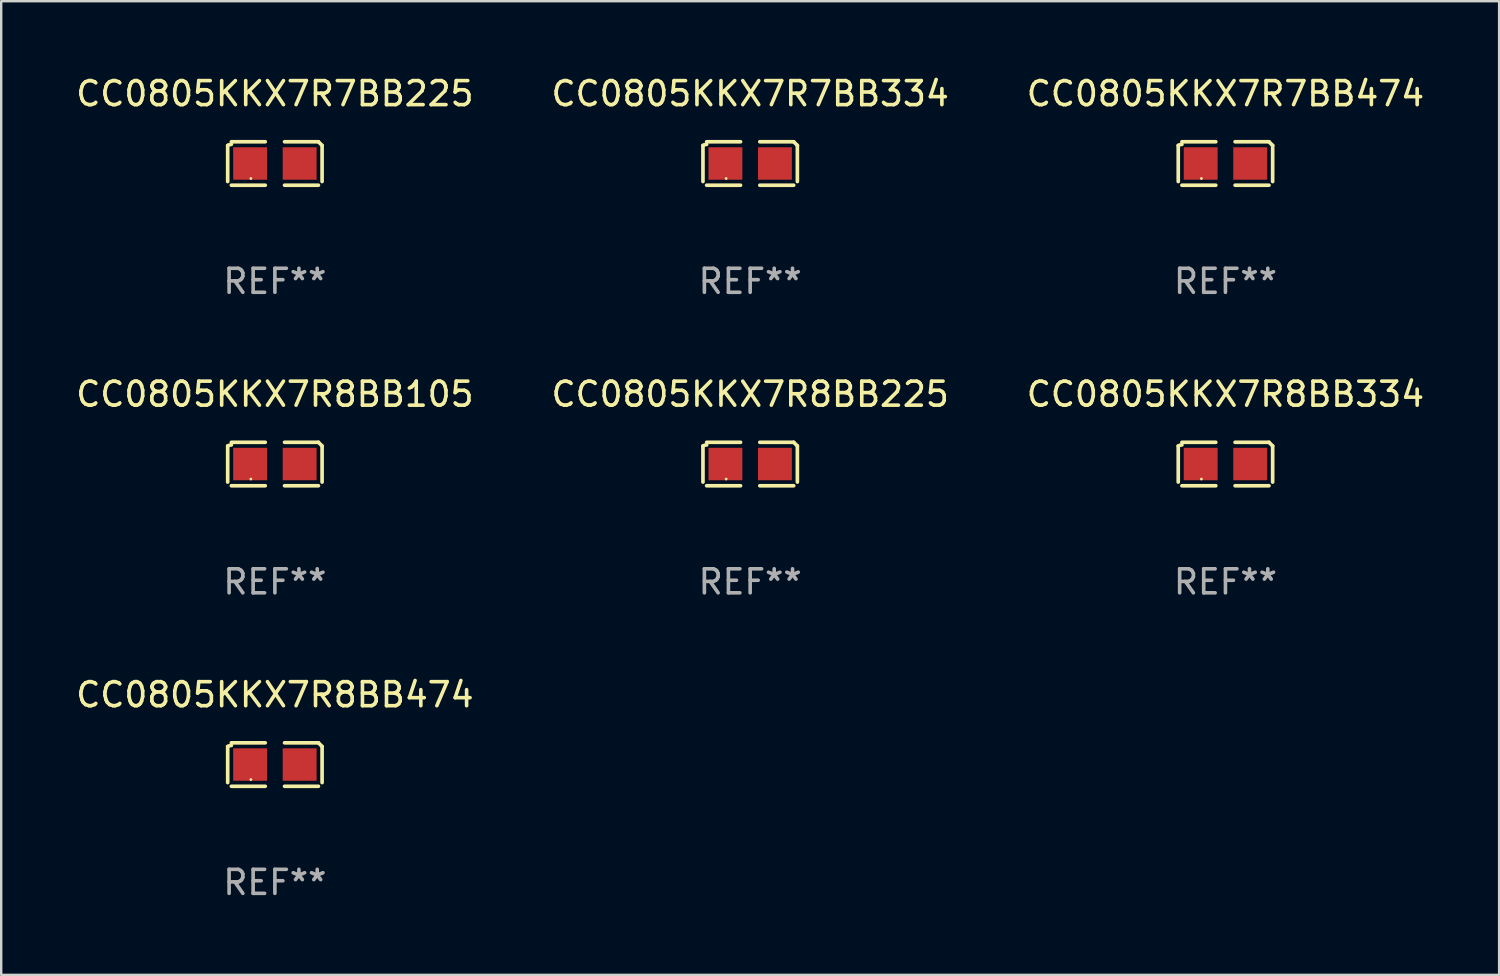
<source format=kicad_pcb>
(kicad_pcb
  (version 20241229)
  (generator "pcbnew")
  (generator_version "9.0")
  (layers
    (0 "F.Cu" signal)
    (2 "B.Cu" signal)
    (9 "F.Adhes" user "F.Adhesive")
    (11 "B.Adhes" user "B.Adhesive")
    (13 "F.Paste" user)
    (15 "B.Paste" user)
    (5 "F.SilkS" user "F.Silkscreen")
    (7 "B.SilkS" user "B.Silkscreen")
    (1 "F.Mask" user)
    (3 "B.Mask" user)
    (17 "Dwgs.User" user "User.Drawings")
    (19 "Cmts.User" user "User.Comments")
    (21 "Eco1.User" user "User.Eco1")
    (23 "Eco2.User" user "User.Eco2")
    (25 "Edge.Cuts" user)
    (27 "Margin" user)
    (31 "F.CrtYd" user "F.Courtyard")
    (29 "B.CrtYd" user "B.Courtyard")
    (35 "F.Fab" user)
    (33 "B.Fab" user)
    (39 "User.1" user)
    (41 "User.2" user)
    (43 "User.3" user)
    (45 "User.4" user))
  (footprint "CC0805KKX7R8BB474"
    (layer "F.Cu")
    (at 8.387 28.759)
    (property "Reference" "CC0805KKX7R8BB474" (at 0 -2.904 0) (layer "F.SilkS") (effects (font (size 1 1) (thickness 0.15))))
    (attr through_hole)
    (fp_line (start -1.964 0.751) (end -1.964 -0.751) (stroke (width 0.152) (type solid)) (layer "F.SilkS"))
    (fp_line (start -1.811 -0.904) (end -0.401 -0.904) (stroke (width 0.152) (type solid)) (layer "F.SilkS"))
    (fp_line (start -0.401 0.904) (end -1.811 0.904) (stroke (width 0.152) (type solid)) (layer "F.SilkS"))
    (fp_line (start 0.401 0.904) (end 1.811 0.904) (stroke (width 0.152) (type solid)) (layer "F.SilkS"))
    (fp_line (start 1.811 -0.904) (end 0.401 -0.904) (stroke (width 0.152) (type solid)) (layer "F.SilkS"))
    (fp_line (start 1.964 0.751) (end 1.964 -0.751) (stroke (width 0.152) (type solid)) (layer "F.SilkS"))
    (fp_arc (start -1.963602 -0.751207) (mid -1.890354 -0.783131) (end -1.811201 -0.794044) (stroke (width 0.1524) (type solid)) (layer "F.SilkS"))
    (fp_arc (start 1.811202 -0.903607) (mid 1.887413 -0.827418) (end 1.963602 -0.751207) (stroke (width 0.1524) (type solid)) (layer "F.SilkS"))
    (fp_circle (center -1 0.625) (end -0.97 0.625) (stroke (width 0.06) (type solid)) (fill no) (layer "F.SilkS"))
    (fp_text user "REF**" (at 0 4.904 0) (layer "F.Fab") (effects (font (size 1 1) (thickness 0.15))))
    (pad "1" smd rect (at -1.03 0) (size 1.41 1.35) (layers "F.Cu" "F.Mask" "F.Paste"))
    (pad "2" smd rect (at 1.03 0) (size 1.41 1.35) (layers "F.Cu" "F.Mask" "F.Paste")))
  (footprint "CC0805KKX7R7BB334"
    (layer "F.Cu")
    (at 28.161 3.752)
    (property "Reference" "CC0805KKX7R7BB334" (at 0 -2.904 0) (layer "F.SilkS") (effects (font (size 1 1) (thickness 0.15))))
    (attr through_hole)
    (fp_line (start -1.964 0.751) (end -1.964 -0.751) (stroke (width 0.152) (type solid)) (layer "F.SilkS"))
    (fp_line (start -1.811 -0.904) (end -0.401 -0.904) (stroke (width 0.152) (type solid)) (layer "F.SilkS"))
    (fp_line (start -0.401 0.904) (end -1.811 0.904) (stroke (width 0.152) (type solid)) (layer "F.SilkS"))
    (fp_line (start 0.401 0.904) (end 1.811 0.904) (stroke (width 0.152) (type solid)) (layer "F.SilkS"))
    (fp_line (start 1.811 -0.904) (end 0.401 -0.904) (stroke (width 0.152) (type solid)) (layer "F.SilkS"))
    (fp_line (start 1.964 0.751) (end 1.964 -0.751) (stroke (width 0.152) (type solid)) (layer "F.SilkS"))
    (fp_arc (start -1.963602 -0.751207) (mid -1.890354 -0.783131) (end -1.811201 -0.794044) (stroke (width 0.1524) (type solid)) (layer "F.SilkS"))
    (fp_arc (start 1.811202 -0.903607) (mid 1.887413 -0.827418) (end 1.963602 -0.751207) (stroke (width 0.1524) (type solid)) (layer "F.SilkS"))
    (fp_circle (center -1 0.625) (end -0.97 0.625) (stroke (width 0.06) (type solid)) (fill no) (layer "F.SilkS"))
    (fp_text user "REF**" (at 0 4.904 0) (layer "F.Fab") (effects (font (size 1 1) (thickness 0.15))))
    (pad "1" smd rect (at -1.03 0) (size 1.41 1.35) (layers "F.Cu" "F.Mask" "F.Paste"))
    (pad "2" smd rect (at 1.03 0) (size 1.41 1.35) (layers "F.Cu" "F.Mask" "F.Paste")))
  (footprint "CC0805KKX7R8BB225"
    (layer "F.Cu")
    (at 28.161 16.256)
    (property "Reference" "CC0805KKX7R8BB225" (at 0 -2.904 0) (layer "F.SilkS") (effects (font (size 1 1) (thickness 0.15))))
    (attr through_hole)
    (fp_line (start -1.964 0.751) (end -1.964 -0.751) (stroke (width 0.152) (type solid)) (layer "F.SilkS"))
    (fp_line (start -1.811 -0.904) (end -0.401 -0.904) (stroke (width 0.152) (type solid)) (layer "F.SilkS"))
    (fp_line (start -0.401 0.904) (end -1.811 0.904) (stroke (width 0.152) (type solid)) (layer "F.SilkS"))
    (fp_line (start 0.401 0.904) (end 1.811 0.904) (stroke (width 0.152) (type solid)) (layer "F.SilkS"))
    (fp_line (start 1.811 -0.904) (end 0.401 -0.904) (stroke (width 0.152) (type solid)) (layer "F.SilkS"))
    (fp_line (start 1.964 0.751) (end 1.964 -0.751) (stroke (width 0.152) (type solid)) (layer "F.SilkS"))
    (fp_arc (start -1.963602 -0.751207) (mid -1.890354 -0.783131) (end -1.811201 -0.794044) (stroke (width 0.1524) (type solid)) (layer "F.SilkS"))
    (fp_arc (start 1.811202 -0.903607) (mid 1.887413 -0.827418) (end 1.963602 -0.751207) (stroke (width 0.1524) (type solid)) (layer "F.SilkS"))
    (fp_circle (center -1 0.625) (end -0.97 0.625) (stroke (width 0.06) (type solid)) (fill no) (layer "F.SilkS"))
    (fp_text user "REF**" (at 0 4.904 0) (layer "F.Fab") (effects (font (size 1 1) (thickness 0.15))))
    (pad "1" smd rect (at -1.03 0) (size 1.41 1.35) (layers "F.Cu" "F.Mask" "F.Paste"))
    (pad "2" smd rect (at 1.03 0) (size 1.41 1.35) (layers "F.Cu" "F.Mask" "F.Paste")))
  (footprint "CC0805KKX7R8BB105"
    (layer "F.Cu")
    (at 8.387 16.256)
    (property "Reference" "CC0805KKX7R8BB105" (at 0 -2.904 0) (layer "F.SilkS") (effects (font (size 1 1) (thickness 0.15))))
    (attr through_hole)
    (fp_line (start -1.964 0.751) (end -1.964 -0.751) (stroke (width 0.152) (type solid)) (layer "F.SilkS"))
    (fp_line (start -1.811 -0.904) (end -0.401 -0.904) (stroke (width 0.152) (type solid)) (layer "F.SilkS"))
    (fp_line (start -0.401 0.904) (end -1.811 0.904) (stroke (width 0.152) (type solid)) (layer "F.SilkS"))
    (fp_line (start 0.401 0.904) (end 1.811 0.904) (stroke (width 0.152) (type solid)) (layer "F.SilkS"))
    (fp_line (start 1.811 -0.904) (end 0.401 -0.904) (stroke (width 0.152) (type solid)) (layer "F.SilkS"))
    (fp_line (start 1.964 0.751) (end 1.964 -0.751) (stroke (width 0.152) (type solid)) (layer "F.SilkS"))
    (fp_arc (start -1.963602 -0.751207) (mid -1.890354 -0.783131) (end -1.811201 -0.794044) (stroke (width 0.1524) (type solid)) (layer "F.SilkS"))
    (fp_arc (start 1.811202 -0.903607) (mid 1.887413 -0.827418) (end 1.963602 -0.751207) (stroke (width 0.1524) (type solid)) (layer "F.SilkS"))
    (fp_circle (center -1 0.625) (end -0.97 0.625) (stroke (width 0.06) (type solid)) (fill no) (layer "F.SilkS"))
    (fp_text user "REF**" (at 0 4.904 0) (layer "F.Fab") (effects (font (size 1 1) (thickness 0.15))))
    (pad "1" smd rect (at -1.03 0) (size 1.41 1.35) (layers "F.Cu" "F.Mask" "F.Paste"))
    (pad "2" smd rect (at 1.03 0) (size 1.41 1.35) (layers "F.Cu" "F.Mask" "F.Paste")))
  (footprint "CC0805KKX7R7BB474"
    (layer "F.Cu")
    (at 47.935 3.752)
    (property "Reference" "CC0805KKX7R7BB474" (at 0 -2.904 0) (layer "F.SilkS") (effects (font (size 1 1) (thickness 0.15))))
    (attr through_hole)
    (fp_line (start -1.964 0.751) (end -1.964 -0.751) (stroke (width 0.152) (type solid)) (layer "F.SilkS"))
    (fp_line (start -1.811 -0.904) (end -0.401 -0.904) (stroke (width 0.152) (type solid)) (layer "F.SilkS"))
    (fp_line (start -0.401 0.904) (end -1.811 0.904) (stroke (width 0.152) (type solid)) (layer "F.SilkS"))
    (fp_line (start 0.401 0.904) (end 1.811 0.904) (stroke (width 0.152) (type solid)) (layer "F.SilkS"))
    (fp_line (start 1.811 -0.904) (end 0.401 -0.904) (stroke (width 0.152) (type solid)) (layer "F.SilkS"))
    (fp_line (start 1.964 0.751) (end 1.964 -0.751) (stroke (width 0.152) (type solid)) (layer "F.SilkS"))
    (fp_arc (start -1.963602 -0.751207) (mid -1.890354 -0.783131) (end -1.811201 -0.794044) (stroke (width 0.1524) (type solid)) (layer "F.SilkS"))
    (fp_arc (start 1.811202 -0.903607) (mid 1.887413 -0.827418) (end 1.963602 -0.751207) (stroke (width 0.1524) (type solid)) (layer "F.SilkS"))
    (fp_circle (center -1 0.625) (end -0.97 0.625) (stroke (width 0.06) (type solid)) (fill no) (layer "F.SilkS"))
    (fp_text user "REF**" (at 0 4.904 0) (layer "F.Fab") (effects (font (size 1 1) (thickness 0.15))))
    (pad "1" smd rect (at -1.03 0) (size 1.41 1.35) (layers "F.Cu" "F.Mask" "F.Paste"))
    (pad "2" smd rect (at 1.03 0) (size 1.41 1.35) (layers "F.Cu" "F.Mask" "F.Paste")))
  (footprint "CC0805KKX7R7BB225"
    (layer "F.Cu")
    (at 8.387 3.752)
    (property "Reference" "CC0805KKX7R7BB225" (at 0 -2.904 0) (layer "F.SilkS") (effects (font (size 1 1) (thickness 0.15))))
    (attr through_hole)
    (fp_line (start -1.964 0.751) (end -1.964 -0.751) (stroke (width 0.152) (type solid)) (layer "F.SilkS"))
    (fp_line (start -1.811 -0.904) (end -0.401 -0.904) (stroke (width 0.152) (type solid)) (layer "F.SilkS"))
    (fp_line (start -0.401 0.904) (end -1.811 0.904) (stroke (width 0.152) (type solid)) (layer "F.SilkS"))
    (fp_line (start 0.401 0.904) (end 1.811 0.904) (stroke (width 0.152) (type solid)) (layer "F.SilkS"))
    (fp_line (start 1.811 -0.904) (end 0.401 -0.904) (stroke (width 0.152) (type solid)) (layer "F.SilkS"))
    (fp_line (start 1.964 0.751) (end 1.964 -0.751) (stroke (width 0.152) (type solid)) (layer "F.SilkS"))
    (fp_arc (start -1.963602 -0.751207) (mid -1.890354 -0.783131) (end -1.811201 -0.794044) (stroke (width 0.1524) (type solid)) (layer "F.SilkS"))
    (fp_arc (start 1.811202 -0.903607) (mid 1.887413 -0.827418) (end 1.963602 -0.751207) (stroke (width 0.1524) (type solid)) (layer "F.SilkS"))
    (fp_circle (center -1 0.625) (end -0.97 0.625) (stroke (width 0.06) (type solid)) (fill no) (layer "F.SilkS"))
    (fp_text user "REF**" (at 0 4.904 0) (layer "F.Fab") (effects (font (size 1 1) (thickness 0.15))))
    (pad "1" smd rect (at -1.03 0) (size 1.41 1.35) (layers "F.Cu" "F.Mask" "F.Paste"))
    (pad "2" smd rect (at 1.03 0) (size 1.41 1.35) (layers "F.Cu" "F.Mask" "F.Paste")))
  (footprint "CC0805KKX7R8BB334"
    (layer "F.Cu")
    (at 47.935 16.256)
    (property "Reference" "CC0805KKX7R8BB334" (at 0 -2.904 0) (layer "F.SilkS") (effects (font (size 1 1) (thickness 0.15))))
    (attr through_hole)
    (fp_line (start -1.964 0.751) (end -1.964 -0.751) (stroke (width 0.152) (type solid)) (layer "F.SilkS"))
    (fp_line (start -1.811 -0.904) (end -0.401 -0.904) (stroke (width 0.152) (type solid)) (layer "F.SilkS"))
    (fp_line (start -0.401 0.904) (end -1.811 0.904) (stroke (width 0.152) (type solid)) (layer "F.SilkS"))
    (fp_line (start 0.401 0.904) (end 1.811 0.904) (stroke (width 0.152) (type solid)) (layer "F.SilkS"))
    (fp_line (start 1.811 -0.904) (end 0.401 -0.904) (stroke (width 0.152) (type solid)) (layer "F.SilkS"))
    (fp_line (start 1.964 0.751) (end 1.964 -0.751) (stroke (width 0.152) (type solid)) (layer "F.SilkS"))
    (fp_arc (start -1.963602 -0.751207) (mid -1.890354 -0.783131) (end -1.811201 -0.794044) (stroke (width 0.1524) (type solid)) (layer "F.SilkS"))
    (fp_arc (start 1.811202 -0.903607) (mid 1.887413 -0.827418) (end 1.963602 -0.751207) (stroke (width 0.1524) (type solid)) (layer "F.SilkS"))
    (fp_circle (center -1 0.625) (end -0.97 0.625) (stroke (width 0.06) (type solid)) (fill no) (layer "F.SilkS"))
    (fp_text user "REF**" (at 0 4.904 0) (layer "F.Fab") (effects (font (size 1 1) (thickness 0.15))))
    (pad "1" smd rect (at -1.03 0) (size 1.41 1.35) (layers "F.Cu" "F.Mask" "F.Paste"))
    (pad "2" smd rect (at 1.03 0) (size 1.41 1.35) (layers "F.Cu" "F.Mask" "F.Paste")))
  (gr_rect
    (start -3 -3)
    (end 59.321 37.511)
    (stroke (width 0.1) (type default))
    (fill no)
    (layer "Edge.Cuts")))
</source>
